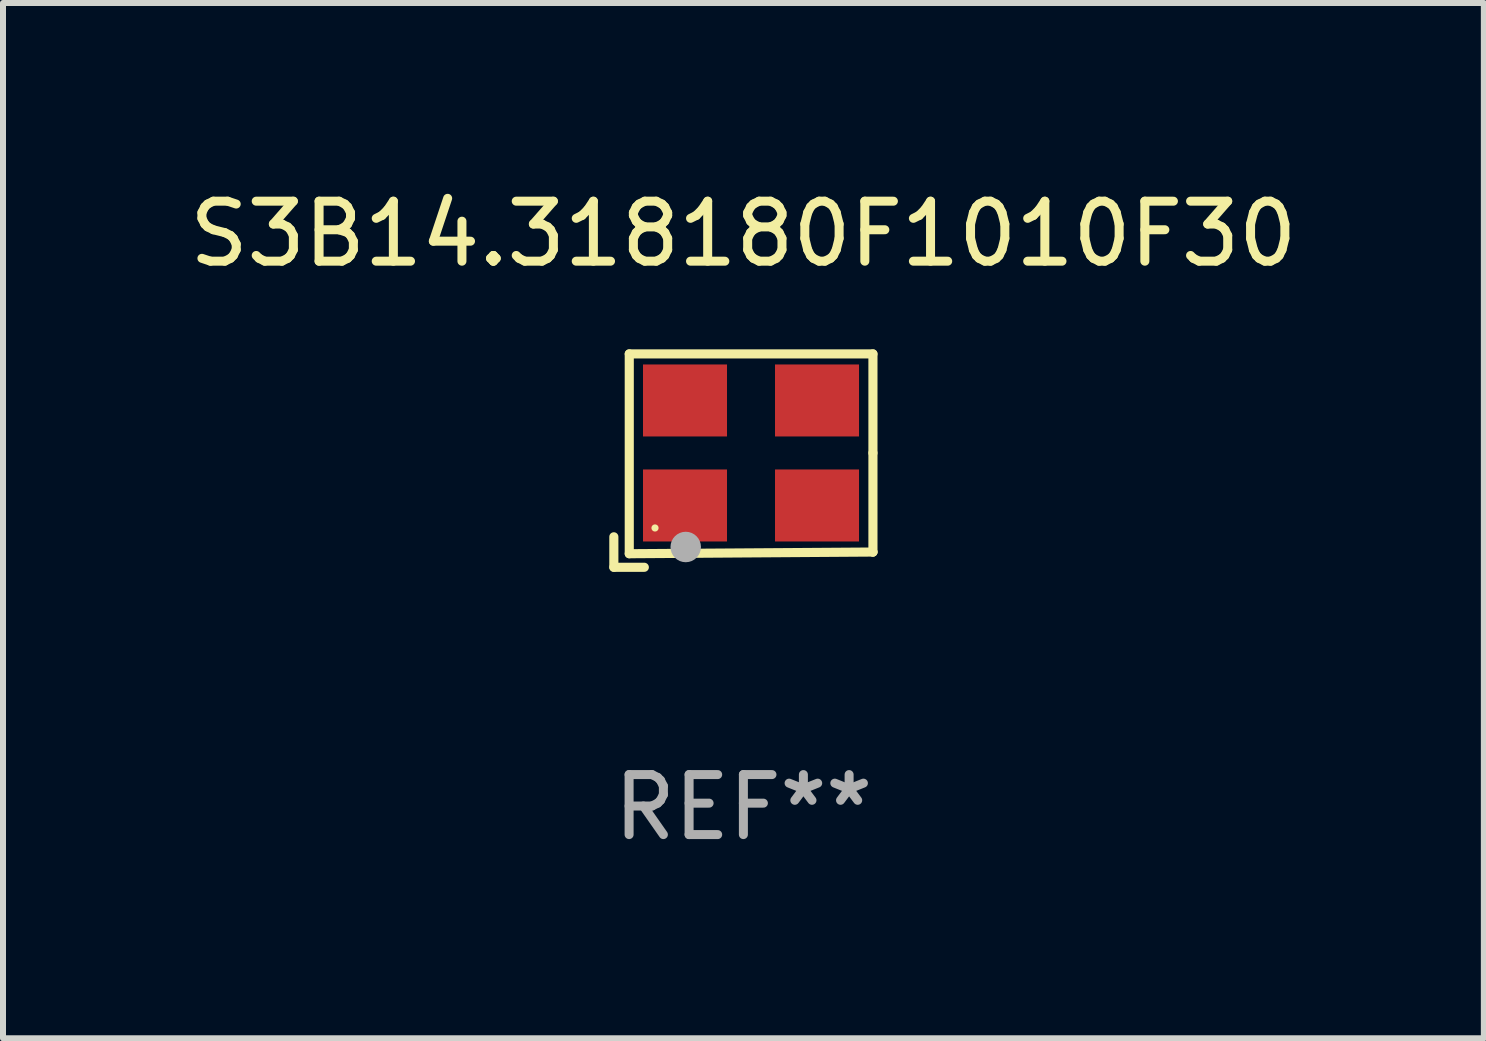
<source format=kicad_pcb>
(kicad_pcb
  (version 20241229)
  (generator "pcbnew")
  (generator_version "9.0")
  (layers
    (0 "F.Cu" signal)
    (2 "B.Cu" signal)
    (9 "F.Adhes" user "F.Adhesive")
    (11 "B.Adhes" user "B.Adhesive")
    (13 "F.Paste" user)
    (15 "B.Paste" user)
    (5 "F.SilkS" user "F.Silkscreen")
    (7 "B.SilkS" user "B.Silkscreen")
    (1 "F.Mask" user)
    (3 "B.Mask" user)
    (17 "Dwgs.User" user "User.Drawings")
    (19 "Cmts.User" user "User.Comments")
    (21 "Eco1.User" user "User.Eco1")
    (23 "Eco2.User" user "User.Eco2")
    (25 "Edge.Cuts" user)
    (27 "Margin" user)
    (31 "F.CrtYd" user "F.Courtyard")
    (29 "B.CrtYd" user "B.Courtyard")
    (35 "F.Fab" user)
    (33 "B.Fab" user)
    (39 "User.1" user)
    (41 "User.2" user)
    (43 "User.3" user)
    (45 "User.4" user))
  (footprint "S3B14.318180F1010F30"
    (layer "F.Cu")
    (at 9.339 4.626)
    (property "Reference" "S3B14.318180F1010F30" (at 0 -3.778 0) (layer "F.SilkS") (effects (font (size 1 1) (thickness 0.15))))
    (attr through_hole)
    (fp_line (start -2.159 1.27) (end -2.159 1.778) (stroke (width 0.152) (type solid)) (layer "F.SilkS"))
    (fp_line (start -2.159 1.778) (end -1.651 1.778) (stroke (width 0.152) (type solid)) (layer "F.SilkS"))
    (fp_line (start -1.902 -1.778) (end 2.159 -1.778) (stroke (width 0.152) (type solid)) (layer "F.SilkS"))
    (fp_line (start -1.902 1.552) (end -1.902 -1.778) (stroke (width 0.152) (type solid)) (layer "F.SilkS"))
    (fp_line (start 2.159 -1.778) (end 2.159 -0.127) (stroke (width 0.152) (type solid)) (layer "F.SilkS"))
    (fp_line (start 2.159 -0.127) (end 2.159 1.524) (stroke (width 0.152) (type solid)) (layer "F.SilkS"))
    (fp_line (start 2.159 1.524) (end -1.902 1.552) (stroke (width 0.152) (type solid)) (layer "F.SilkS"))
    (fp_line (start 2.159 1.524) (end 2.159 1.524) (stroke (width 0.152) (type solid)) (layer "F.SilkS"))
    (fp_circle (center -1.473 1.123) (end -1.443 1.123) (stroke (width 0.06) (type solid)) (fill no) (layer "F.SilkS"))
    (fp_circle (center -0.961 1.44) (end -0.834 1.44) (stroke (width 0.254) (type solid)) (fill no) (layer "F.Fab"))
    (fp_text user "REF**" (at 0 5.778 0) (layer "F.Fab") (effects (font (size 1 1) (thickness 0.15))))
    (pad "1" smd rect (at -0.973 0.748) (size 1.4 1.2) (layers "F.Cu" "F.Mask" "F.Paste"))
    (pad "2" smd rect (at 1.227 0.748) (size 1.4 1.2) (layers "F.Cu" "F.Mask" "F.Paste"))
    (pad "3" smd rect (at 1.227 -1.002) (size 1.4 1.2) (layers "F.Cu" "F.Mask" "F.Paste"))
    (pad "4" smd rect (at -0.973 -1.002) (size 1.4 1.2) (layers "F.Cu" "F.Mask" "F.Paste")))
  (gr_rect
    (start -3 -3)
    (end 21.679 14.253)
    (stroke (width 0.1) (type default))
    (fill no)
    (layer "Edge.Cuts")))
</source>
